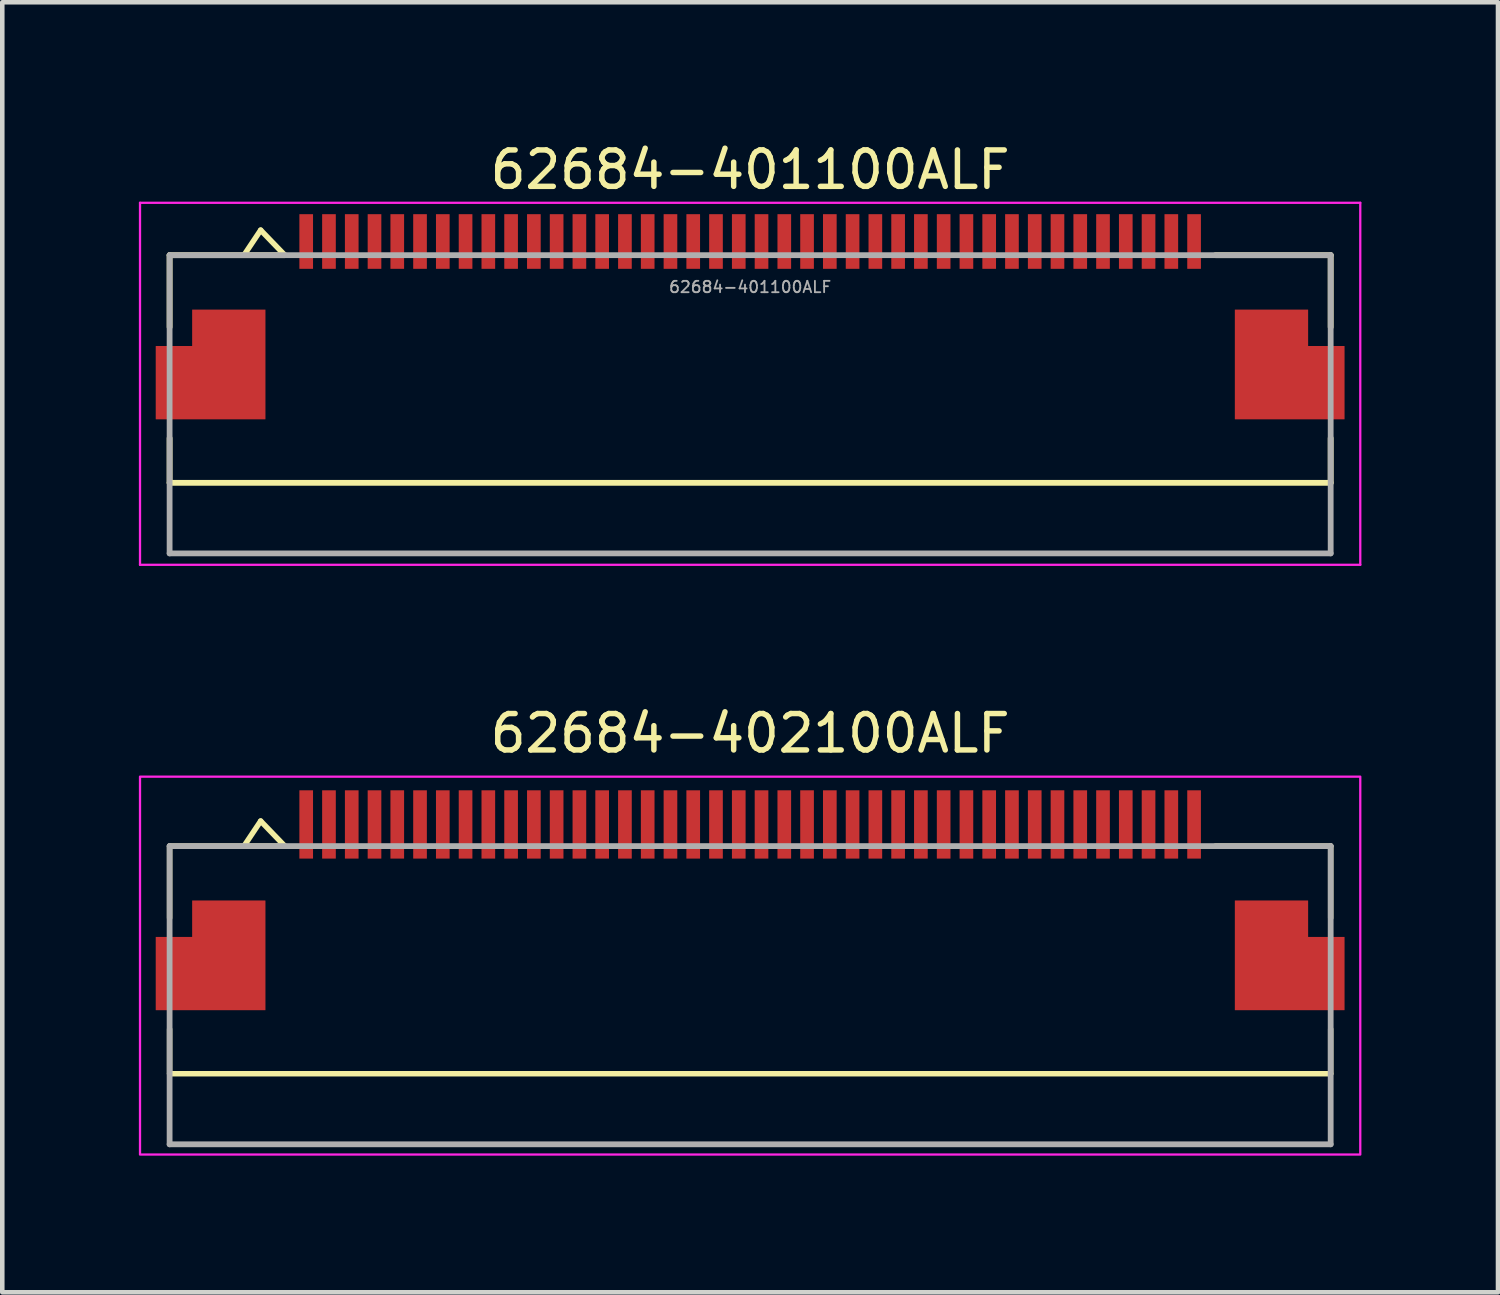
<source format=kicad_pcb>
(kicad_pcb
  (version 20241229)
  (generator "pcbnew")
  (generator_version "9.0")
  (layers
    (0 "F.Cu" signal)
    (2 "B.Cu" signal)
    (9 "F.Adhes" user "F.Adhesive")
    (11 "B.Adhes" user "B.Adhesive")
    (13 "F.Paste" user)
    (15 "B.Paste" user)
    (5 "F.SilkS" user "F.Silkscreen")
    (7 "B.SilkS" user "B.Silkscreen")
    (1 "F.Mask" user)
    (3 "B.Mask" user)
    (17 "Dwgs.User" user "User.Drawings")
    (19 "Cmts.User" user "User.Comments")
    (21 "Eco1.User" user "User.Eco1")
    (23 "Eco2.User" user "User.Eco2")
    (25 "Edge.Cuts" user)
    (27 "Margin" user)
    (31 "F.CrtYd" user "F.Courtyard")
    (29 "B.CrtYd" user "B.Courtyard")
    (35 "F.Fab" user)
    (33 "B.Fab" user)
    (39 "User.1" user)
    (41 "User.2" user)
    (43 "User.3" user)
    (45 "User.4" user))
  (footprint "62684-402100ALF"
    (layer "F.Cu")
    (at 13.425 18.807)
    (property "Reference" "62684-402100ALF" (at 0 -5.75 0) (layer "F.SilkS") (effects (font (size 0.8 0.8) (thickness 0.12))))
    (attr smd)
    (fp_line (start -12.75 -3.275) (end -12.75 -1.695) (stroke (width 0.12) (type solid)) (layer "F.SilkS"))
    (fp_line (start -12.75 -3.275) (end -10.22 -3.275) (stroke (width 0.12) (type solid)) (layer "F.SilkS"))
    (fp_line (start -12.75 1.725) (end -12.75 0.745) (stroke (width 0.12) (type solid)) (layer "F.SilkS"))
    (fp_line (start -10.75 -3.825) (end -11.1 -3.3) (stroke (width 0.12) (type default)) (layer "F.SilkS"))
    (fp_line (start -10.22 -3.275) (end -10.75 -3.825) (stroke (width 0.12) (type default)) (layer "F.SilkS"))
    (fp_line (start 12.75 -3.275) (end 10.22 -3.275) (stroke (width 0.12) (type solid)) (layer "F.SilkS"))
    (fp_line (start 12.75 -1.695) (end 12.75 -3.275) (stroke (width 0.12) (type solid)) (layer "F.SilkS"))
    (fp_line (start 12.75 0.745) (end 12.75 1.725) (stroke (width 0.12) (type solid)) (layer "F.SilkS"))
    (fp_line (start 12.75 1.725) (end -12.75 1.725) (stroke (width 0.12) (type solid)) (layer "F.SilkS"))
    (fp_rect (start -12.254 -2.079) (end -10.646 0.329) (stroke (width 0) (type solid)) (fill yes) (layer "F.Paste"))
    (fp_rect (start 10.646 -2.079) (end 12.254 0.329) (stroke (width 0) (type solid)) (fill yes) (layer "F.Paste"))
    (fp_rect (start -13.4 -4.8) (end 13.4 3.5) (stroke (width 0.05) (type default)) (fill no) (layer "F.CrtYd"))
    (fp_line (start -12.75 -3.275) (end 12.75 -3.275) (stroke (width 0.127) (type solid)) (layer "F.Fab"))
    (fp_line (start -12.75 3.275) (end -12.75 -3.275) (stroke (width 0.127) (type solid)) (layer "F.Fab"))
    (fp_line (start 12.75 -3.275) (end 12.75 3.275) (stroke (width 0.127) (type solid)) (layer "F.Fab"))
    (fp_line (start 12.75 3.275) (end -12.75 3.275) (stroke (width 0.127) (type solid)) (layer "F.Fab"))
    (pad "1" smd rect (at -9.75 -3.75) (size 0.3 1.5) (layers "F.Cu" "F.Mask" "F.Paste"))
    (pad "2" smd rect (at -9.25 -3.75) (size 0.3 1.5) (layers "F.Cu" "F.Mask" "F.Paste"))
    (pad "3" smd rect (at -8.75 -3.75) (size 0.3 1.5) (layers "F.Cu" "F.Mask" "F.Paste"))
    (pad "4" smd rect (at -8.25 -3.75) (size 0.3 1.5) (layers "F.Cu" "F.Mask" "F.Paste"))
    (pad "5" smd rect (at -7.75 -3.75) (size 0.3 1.5) (layers "F.Cu" "F.Mask" "F.Paste"))
    (pad "6" smd rect (at -7.25 -3.75) (size 0.3 1.5) (layers "F.Cu" "F.Mask" "F.Paste"))
    (pad "7" smd rect (at -6.75 -3.75) (size 0.3 1.5) (layers "F.Cu" "F.Mask" "F.Paste"))
    (pad "8" smd rect (at -6.25 -3.75) (size 0.3 1.5) (layers "F.Cu" "F.Mask" "F.Paste"))
    (pad "9" smd rect (at -5.75 -3.75) (size 0.3 1.5) (layers "F.Cu" "F.Mask" "F.Paste"))
    (pad "10" smd rect (at -5.25 -3.75) (size 0.3 1.5) (layers "F.Cu" "F.Mask" "F.Paste"))
    (pad "11" smd rect (at -4.75 -3.75) (size 0.3 1.5) (layers "F.Cu" "F.Mask" "F.Paste"))
    (pad "12" smd rect (at -4.25 -3.75) (size 0.3 1.5) (layers "F.Cu" "F.Mask" "F.Paste"))
    (pad "13" smd rect (at -3.75 -3.75) (size 0.3 1.5) (layers "F.Cu" "F.Mask" "F.Paste"))
    (pad "14" smd rect (at -3.25 -3.75) (size 0.3 1.5) (layers "F.Cu" "F.Mask" "F.Paste"))
    (pad "15" smd rect (at -2.75 -3.75) (size 0.3 1.5) (layers "F.Cu" "F.Mask" "F.Paste"))
    (pad "16" smd rect (at -2.25 -3.75) (size 0.3 1.5) (layers "F.Cu" "F.Mask" "F.Paste"))
    (pad "17" smd rect (at -1.75 -3.75) (size 0.3 1.5) (layers "F.Cu" "F.Mask" "F.Paste"))
    (pad "18" smd rect (at -1.25 -3.75) (size 0.3 1.5) (layers "F.Cu" "F.Mask" "F.Paste"))
    (pad "19" smd rect (at -0.75 -3.75) (size 0.3 1.5) (layers "F.Cu" "F.Mask" "F.Paste"))
    (pad "20" smd rect (at -0.25 -3.75) (size 0.3 1.5) (layers "F.Cu" "F.Mask" "F.Paste"))
    (pad "21" smd rect (at 0.25 -3.75) (size 0.3 1.5) (layers "F.Cu" "F.Mask" "F.Paste"))
    (pad "22" smd rect (at 0.75 -3.75) (size 0.3 1.5) (layers "F.Cu" "F.Mask" "F.Paste"))
    (pad "23" smd rect (at 1.25 -3.75) (size 0.3 1.5) (layers "F.Cu" "F.Mask" "F.Paste"))
    (pad "24" smd rect (at 1.75 -3.75) (size 0.3 1.5) (layers "F.Cu" "F.Mask" "F.Paste"))
    (pad "25" smd rect (at 2.25 -3.75) (size 0.3 1.5) (layers "F.Cu" "F.Mask" "F.Paste"))
    (pad "26" smd rect (at 2.75 -3.75) (size 0.3 1.5) (layers "F.Cu" "F.Mask" "F.Paste"))
    (pad "27" smd rect (at 3.25 -3.75) (size 0.3 1.5) (layers "F.Cu" "F.Mask" "F.Paste"))
    (pad "28" smd rect (at 3.75 -3.75) (size 0.3 1.5) (layers "F.Cu" "F.Mask" "F.Paste"))
    (pad "29" smd rect (at 4.25 -3.75) (size 0.3 1.5) (layers "F.Cu" "F.Mask" "F.Paste"))
    (pad "30" smd rect (at 4.75 -3.75) (size 0.3 1.5) (layers "F.Cu" "F.Mask" "F.Paste"))
    (pad "31" smd rect (at 5.25 -3.75) (size 0.3 1.5) (layers "F.Cu" "F.Mask" "F.Paste"))
    (pad "32" smd rect (at 5.75 -3.75) (size 0.3 1.5) (layers "F.Cu" "F.Mask" "F.Paste"))
    (pad "33" smd rect (at 6.25 -3.75) (size 0.3 1.5) (layers "F.Cu" "F.Mask" "F.Paste"))
    (pad "34" smd rect (at 6.75 -3.75) (size 0.3 1.5) (layers "F.Cu" "F.Mask" "F.Paste"))
    (pad "35" smd rect (at 7.25 -3.75) (size 0.3 1.5) (layers "F.Cu" "F.Mask" "F.Paste"))
    (pad "36" smd rect (at 7.75 -3.75) (size 0.3 1.5) (layers "F.Cu" "F.Mask" "F.Paste"))
    (pad "37" smd rect (at 8.25 -3.75) (size 0.3 1.5) (layers "F.Cu" "F.Mask" "F.Paste"))
    (pad "38" smd rect (at 8.75 -3.75) (size 0.3 1.5) (layers "F.Cu" "F.Mask" "F.Paste"))
    (pad "39" smd rect (at 9.25 -3.75) (size 0.3 1.5) (layers "F.Cu" "F.Mask" "F.Paste"))
    (pad "40" smd rect (at 9.75 -3.75) (size 0.3 1.5) (layers "F.Cu" "F.Mask" "F.Paste"))
    (pad "MP" smd custom (at -11.45 -0.475) (size 1.4 1.4) (layers "F.Cu" "F.Mask") (options (anchor rect)) (primitives (gr_poly (pts (xy 0.8 -1.6) (xy -0.8 -1.6) (xy -0.8 -0.8) (xy -1.6 -0.8) (xy -1.6 0.8) (xy 0.8 0.8)) (width 0.01) (fill yes))))
    (pad "MP" smd custom (at 11.45 -0.475) (size 1.4 1.4) (layers "F.Cu" "F.Mask") (options (anchor rect)) (primitives (gr_poly (pts (xy -0.8 -1.6) (xy 0.8 -1.6) (xy 0.8 -0.8) (xy 1.6 -0.8) (xy 1.6 0.8) (xy -0.8 0.8)) (width 0.01) (fill yes)))))
  (footprint "62684-401100ALF"
    (layer "F.Cu")
    (at 13.425 2.254)
    (property "Reference" "62684-401100ALF" (at 0 -1.575 0) (unlocked yes) (layer "F.SilkS") (effects (font (size 0.8 0.8) (thickness 0.12))))
    (attr smd)
    (fp_line (start -12.75 0.3) (end -12.75 1.88) (stroke (width 0.127) (type solid)) (layer "F.SilkS"))
    (fp_line (start -12.75 0.3) (end -10.22 0.3) (stroke (width 0.127) (type solid)) (layer "F.SilkS"))
    (fp_line (start -12.75 5.3) (end -12.75 4.32) (stroke (width 0.127) (type solid)) (layer "F.SilkS"))
    (fp_line (start -10.75 -0.25) (end -11.1 0.275) (stroke (width 0.12) (type default)) (layer "F.SilkS"))
    (fp_line (start -10.22 0.3) (end -10.75 -0.25) (stroke (width 0.12) (type default)) (layer "F.SilkS"))
    (fp_line (start 12.75 0.3) (end 10.22 0.3) (stroke (width 0.127) (type solid)) (layer "F.SilkS"))
    (fp_line (start 12.75 1.88) (end 12.75 0.3) (stroke (width 0.127) (type solid)) (layer "F.SilkS"))
    (fp_line (start 12.75 4.32) (end 12.75 5.3) (stroke (width 0.127) (type solid)) (layer "F.SilkS"))
    (fp_line (start 12.75 5.3) (end -12.75 5.3) (stroke (width 0.127) (type solid)) (layer "F.SilkS"))
    (fp_rect (start -13.05 2.3) (end -10.65 3.9) (stroke (width 0) (type default)) (fill yes) (layer "F.Paste"))
    (fp_rect (start 10.65 2.3) (end 13.05 3.9) (stroke (width 0) (type default)) (fill yes) (layer "F.Paste"))
    (fp_line (start -13.4 -0.85) (end 13.4 -0.85) (stroke (width 0.05) (type solid)) (layer "F.CrtYd"))
    (fp_line (start -13.4 7.1) (end -13.4 -0.85) (stroke (width 0.05) (type solid)) (layer "F.CrtYd"))
    (fp_line (start 13.4 -0.85) (end 13.4 7.1) (stroke (width 0.05) (type solid)) (layer "F.CrtYd"))
    (fp_line (start 13.4 7.1) (end -13.4 7.1) (stroke (width 0.05) (type solid)) (layer "F.CrtYd"))
    (fp_line (start -12.75 0.3) (end 12.75 0.3) (stroke (width 0.127) (type solid)) (layer "F.Fab"))
    (fp_line (start -12.75 6.85) (end -12.75 0.3) (stroke (width 0.127) (type solid)) (layer "F.Fab"))
    (fp_line (start 12.75 0.3) (end 12.75 6.85) (stroke (width 0.127) (type solid)) (layer "F.Fab"))
    (fp_line (start 12.75 6.85) (end -12.75 6.85) (stroke (width 0.127) (type solid)) (layer "F.Fab"))
    (fp_text user "${REFERENCE}" (at 0 1 0) (unlocked yes) (layer "F.Fab") (effects (font (size 0.25 0.25) (thickness 0.04))))
    (pad "1" smd rect (at -9.75 0) (size 0.3 1.2) (layers "F.Cu" "F.Mask" "F.Paste"))
    (pad "2" smd rect (at -9.25 0) (size 0.3 1.2) (layers "F.Cu" "F.Mask" "F.Paste"))
    (pad "3" smd rect (at -8.75 0) (size 0.3 1.2) (layers "F.Cu" "F.Mask" "F.Paste"))
    (pad "4" smd rect (at -8.25 0) (size 0.3 1.2) (layers "F.Cu" "F.Mask" "F.Paste"))
    (pad "5" smd rect (at -7.75 0) (size 0.3 1.2) (layers "F.Cu" "F.Mask" "F.Paste"))
    (pad "6" smd rect (at -7.25 0) (size 0.3 1.2) (layers "F.Cu" "F.Mask" "F.Paste"))
    (pad "7" smd rect (at -6.75 0) (size 0.3 1.2) (layers "F.Cu" "F.Mask" "F.Paste"))
    (pad "8" smd rect (at -6.25 0) (size 0.3 1.2) (layers "F.Cu" "F.Mask" "F.Paste"))
    (pad "9" smd rect (at -5.75 0) (size 0.3 1.2) (layers "F.Cu" "F.Mask" "F.Paste"))
    (pad "10" smd rect (at -5.25 0) (size 0.3 1.2) (layers "F.Cu" "F.Mask" "F.Paste"))
    (pad "11" smd rect (at -4.75 0) (size 0.3 1.2) (layers "F.Cu" "F.Mask" "F.Paste"))
    (pad "12" smd rect (at -4.25 0) (size 0.3 1.2) (layers "F.Cu" "F.Mask" "F.Paste"))
    (pad "13" smd rect (at -3.75 0) (size 0.3 1.2) (layers "F.Cu" "F.Mask" "F.Paste"))
    (pad "14" smd rect (at -3.25 0) (size 0.3 1.2) (layers "F.Cu" "F.Mask" "F.Paste"))
    (pad "15" smd rect (at -2.75 0) (size 0.3 1.2) (layers "F.Cu" "F.Mask" "F.Paste"))
    (pad "16" smd rect (at -2.25 0) (size 0.3 1.2) (layers "F.Cu" "F.Mask" "F.Paste"))
    (pad "17" smd rect (at -1.75 0) (size 0.3 1.2) (layers "F.Cu" "F.Mask" "F.Paste"))
    (pad "18" smd rect (at -1.25 0) (size 0.3 1.2) (layers "F.Cu" "F.Mask" "F.Paste"))
    (pad "19" smd rect (at -0.75 0) (size 0.3 1.2) (layers "F.Cu" "F.Mask" "F.Paste"))
    (pad "20" smd rect (at -0.25 0) (size 0.3 1.2) (layers "F.Cu" "F.Mask" "F.Paste"))
    (pad "21" smd rect (at 0.25 0) (size 0.3 1.2) (layers "F.Cu" "F.Mask" "F.Paste"))
    (pad "22" smd rect (at 0.75 0) (size 0.3 1.2) (layers "F.Cu" "F.Mask" "F.Paste"))
    (pad "23" smd rect (at 1.25 0) (size 0.3 1.2) (layers "F.Cu" "F.Mask" "F.Paste"))
    (pad "24" smd rect (at 1.75 0) (size 0.3 1.2) (layers "F.Cu" "F.Mask" "F.Paste"))
    (pad "25" smd rect (at 2.25 0) (size 0.3 1.2) (layers "F.Cu" "F.Mask" "F.Paste"))
    (pad "26" smd rect (at 2.75 0) (size 0.3 1.2) (layers "F.Cu" "F.Mask" "F.Paste"))
    (pad "27" smd rect (at 3.25 0) (size 0.3 1.2) (layers "F.Cu" "F.Mask" "F.Paste"))
    (pad "28" smd rect (at 3.75 0) (size 0.3 1.2) (layers "F.Cu" "F.Mask" "F.Paste"))
    (pad "29" smd rect (at 4.25 0) (size 0.3 1.2) (layers "F.Cu" "F.Mask" "F.Paste"))
    (pad "30" smd rect (at 4.75 0) (size 0.3 1.2) (layers "F.Cu" "F.Mask" "F.Paste"))
    (pad "31" smd rect (at 5.25 0) (size 0.3 1.2) (layers "F.Cu" "F.Mask" "F.Paste"))
    (pad "32" smd rect (at 5.75 0) (size 0.3 1.2) (layers "F.Cu" "F.Mask" "F.Paste"))
    (pad "33" smd rect (at 6.25 0) (size 0.3 1.2) (layers "F.Cu" "F.Mask" "F.Paste"))
    (pad "34" smd rect (at 6.75 0) (size 0.3 1.2) (layers "F.Cu" "F.Mask" "F.Paste"))
    (pad "35" smd rect (at 7.25 0) (size 0.3 1.2) (layers "F.Cu" "F.Mask" "F.Paste"))
    (pad "36" smd rect (at 7.75 0) (size 0.3 1.2) (layers "F.Cu" "F.Mask" "F.Paste"))
    (pad "37" smd rect (at 8.25 0) (size 0.3 1.2) (layers "F.Cu" "F.Mask" "F.Paste"))
    (pad "38" smd rect (at 8.75 0) (size 0.3 1.2) (layers "F.Cu" "F.Mask" "F.Paste"))
    (pad "39" smd rect (at 9.25 0) (size 0.3 1.2) (layers "F.Cu" "F.Mask" "F.Paste"))
    (pad "40" smd rect (at 9.75 0) (size 0.3 1.2) (layers "F.Cu" "F.Mask" "F.Paste"))
    (pad "MP" smd custom (at -11.45 3.1) (size 1.4 1.4) (layers "F.Cu" "F.Mask") (options (anchor rect)) (primitives (gr_poly (pts (xy 0.8 -1.6) (xy -0.8 -1.6) (xy -0.8 -0.8) (xy -1.6 -0.8) (xy -1.6 0.8) (xy 0.8 0.8)) (width 0.01) (fill yes))))
    (pad "MP" smd custom (at 11.45 3.1) (size 1.4 1.4) (layers "F.Cu" "F.Mask") (options (anchor rect)) (primitives (gr_poly (pts (xy -0.8 -1.6) (xy 0.8 -1.6) (xy 0.8 -0.8) (xy 1.6 -0.8) (xy 1.6 0.8) (xy -0.8 0.8)) (width 0.01) (fill yes)))))
  (gr_rect
    (start -3 -3)
    (end 29.85 25.332)
    (stroke (width 0.1) (type default))
    (fill no)
    (layer "Edge.Cuts")))
</source>
